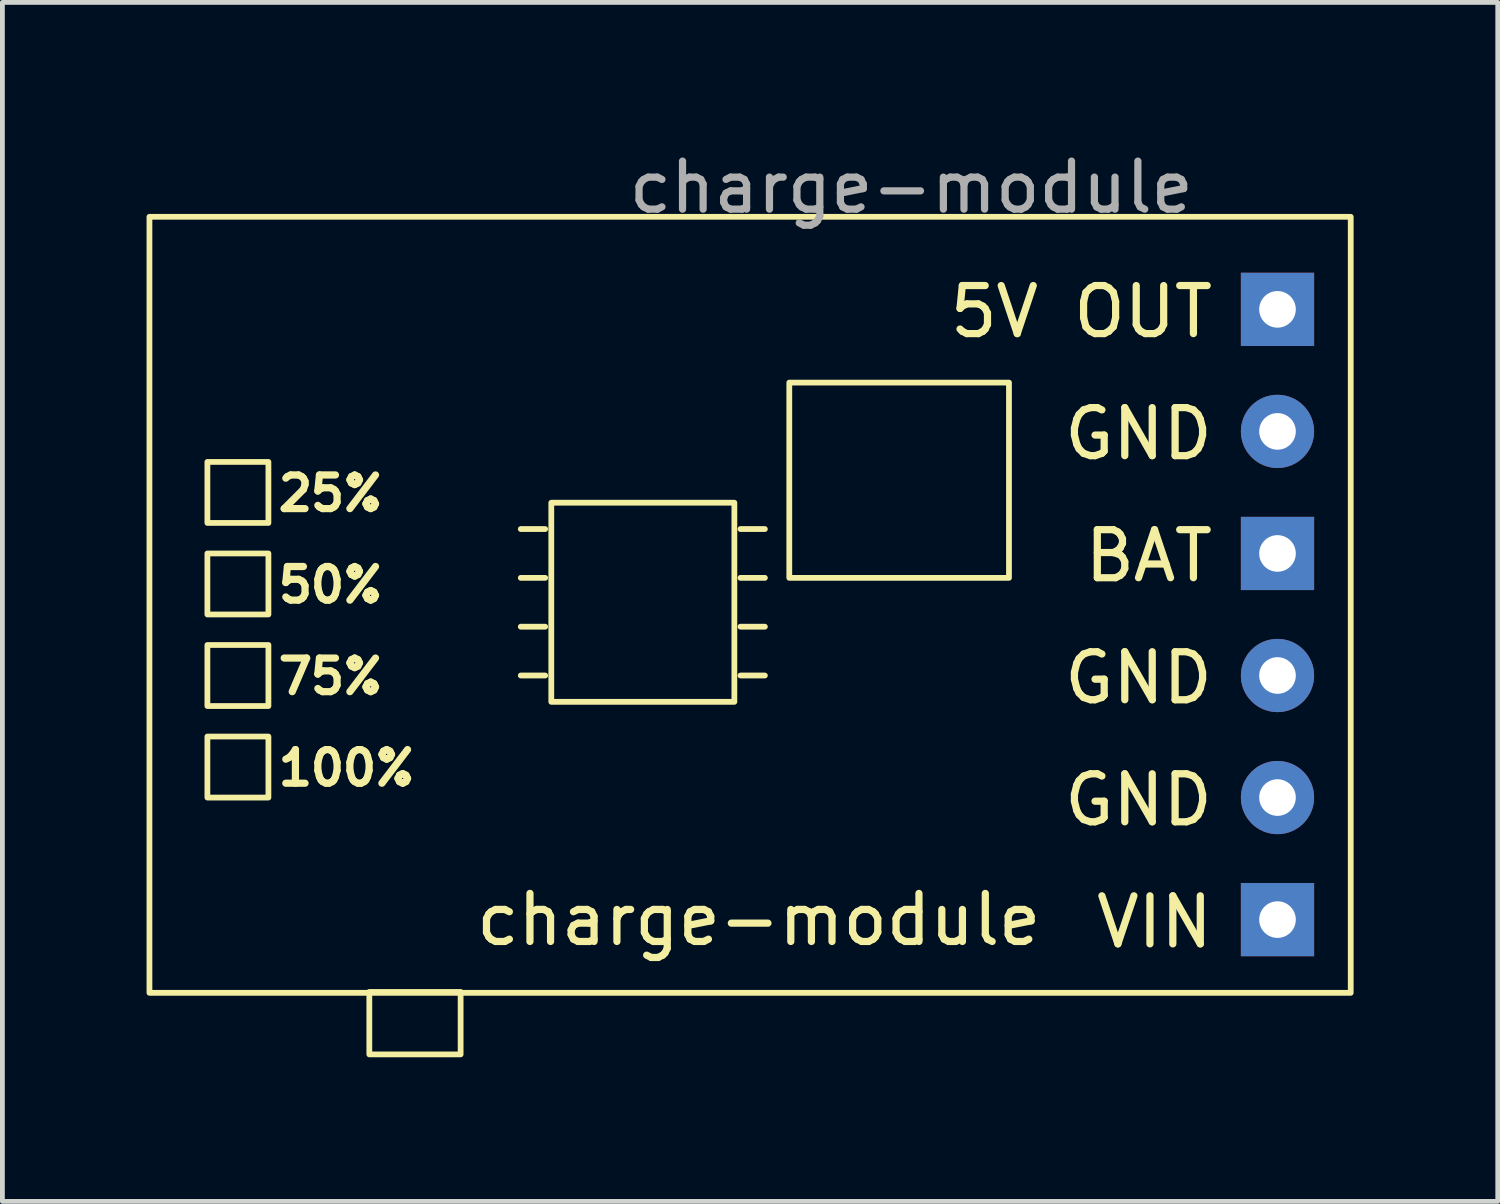
<source format=kicad_pcb>
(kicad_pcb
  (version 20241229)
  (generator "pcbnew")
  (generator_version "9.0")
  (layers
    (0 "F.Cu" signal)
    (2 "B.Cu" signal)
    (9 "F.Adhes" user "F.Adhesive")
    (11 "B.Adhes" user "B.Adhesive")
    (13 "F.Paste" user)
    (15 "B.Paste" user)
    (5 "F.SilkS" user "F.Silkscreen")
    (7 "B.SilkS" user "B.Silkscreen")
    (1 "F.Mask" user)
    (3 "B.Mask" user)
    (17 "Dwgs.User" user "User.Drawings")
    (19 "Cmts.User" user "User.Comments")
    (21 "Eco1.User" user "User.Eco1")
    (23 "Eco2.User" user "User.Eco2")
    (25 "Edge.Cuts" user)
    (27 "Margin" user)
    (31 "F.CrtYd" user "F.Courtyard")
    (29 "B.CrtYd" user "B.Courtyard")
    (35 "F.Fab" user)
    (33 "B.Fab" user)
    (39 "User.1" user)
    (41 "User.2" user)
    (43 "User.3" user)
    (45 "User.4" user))
  (footprint "charge-module"
    (layer "F.Cu")
    (at 23.536 3.388)
    (property "Reference" "charge-module" (at -10.795 12.7 0) (unlocked yes) (layer "F.SilkS") (effects (font (size 1 1) (thickness 0.15))))
    (attr through_hole)
    (fp_line (start -15.748 4.572) (end -15.24 4.572) (stroke (width 0.12) (type default)) (layer "F.SilkS"))
    (fp_line (start -15.748 5.588) (end -15.24 5.588) (stroke (width 0.12) (type default)) (layer "F.SilkS"))
    (fp_line (start -15.748 6.604) (end -15.24 6.604) (stroke (width 0.12) (type default)) (layer "F.SilkS"))
    (fp_line (start -15.748 7.62) (end -15.24 7.62) (stroke (width 0.12) (type default)) (layer "F.SilkS"))
    (fp_line (start -11.176 4.572) (end -10.668 4.572) (stroke (width 0.12) (type default)) (layer "F.SilkS"))
    (fp_line (start -11.176 5.588) (end -10.668 5.588) (stroke (width 0.12) (type default)) (layer "F.SilkS"))
    (fp_line (start -11.176 6.604) (end -10.668 6.604) (stroke (width 0.12) (type default)) (layer "F.SilkS"))
    (fp_line (start -11.176 7.62) (end -10.668 7.62) (stroke (width 0.12) (type default)) (layer "F.SilkS"))
    (fp_rect (start -21 4.445) (end -22.27 3.175) (stroke (width 0.12) (type default)) (fill no) (layer "F.SilkS"))
    (fp_rect (start -21 6.35) (end -22.27 5.08) (stroke (width 0.12) (type default)) (fill no) (layer "F.SilkS"))
    (fp_rect (start -21 8.255) (end -22.27 6.985) (stroke (width 0.12) (type default)) (fill no) (layer "F.SilkS"))
    (fp_rect (start -21 10.16) (end -22.27 8.89) (stroke (width 0.12) (type default)) (fill no) (layer "F.SilkS"))
    (fp_rect (start -17 15.505) (end -18.9 14.205) (stroke (width 0.12) (type default)) (fill no) (layer "F.SilkS"))
    (fp_rect (start -11.303 8.168) (end -15.113 4.024) (stroke (width 0.12) (type default)) (fill no) (layer "F.SilkS"))
    (fp_rect (start -10.16 1.524) (end -5.588 5.588) (stroke (width 0.12) (type default)) (fill no) (layer "F.SilkS"))
    (fp_rect (start 1.524 14.224) (end -23.476 -1.926) (stroke (width 0.12) (type default)) (fill no) (layer "F.SilkS"))
    (fp_text user "GND" (at -1.27 3.175 0) (unlocked yes) (layer "F.SilkS") (effects (font (size 1 1) (thickness 0.15)) (justify right bottom)))
    (fp_text user "5V OUT" (at -1.27 0.635 0) (unlocked yes) (layer "F.SilkS") (effects (font (size 1 1) (thickness 0.15)) (justify right bottom)))
    (fp_text user "100%" (at -20.87 9.955 0) (unlocked yes) (layer "F.SilkS") (effects (font (size 0.7 0.7) (thickness 0.15)) (justify left bottom)))
    (fp_text user "GND" (at -1.27 8.255 0) (unlocked yes) (layer "F.SilkS") (effects (font (size 1 1) (thickness 0.15)) (justify right bottom)))
    (fp_text user "VIN" (at -1.27 13.335 0) (unlocked yes) (layer "F.SilkS") (effects (font (size 1 1) (thickness 0.15)) (justify right bottom)))
    (fp_text user "50%" (at -20.87 6.145 0) (unlocked yes) (layer "F.SilkS") (effects (font (size 0.7 0.7) (thickness 0.15)) (justify left bottom)))
    (fp_text user "GND" (at -1.27 10.795 0) (unlocked yes) (layer "F.SilkS") (effects (font (size 1 1) (thickness 0.15)) (justify right bottom)))
    (fp_text user "BAT" (at -1.27 5.715 0) (unlocked yes) (layer "F.SilkS") (effects (font (size 1 1) (thickness 0.15)) (justify right bottom)))
    (fp_text user "75%" (at -20.87 8.05 0) (unlocked yes) (layer "F.SilkS") (effects (font (size 0.7 0.7) (thickness 0.15)) (justify left bottom)))
    (fp_text user "25%" (at -20.87 4.24 0) (unlocked yes) (layer "F.SilkS") (effects (font (size 0.7 0.7) (thickness 0.15)) (justify left bottom)))
    (fp_text user "${REFERENCE}" (at -7.62 -2.54 0) (unlocked yes) (layer "F.Fab") (effects (font (size 1 1) (thickness 0.15))))
    (pad "1" thru_hole rect (at 0 12.7) (size 1.524 1.524) (drill 0.762) (layers "*.Cu" "*.Mask"))
    (pad "2" thru_hole circle (at 0 10.16) (size 1.524 1.524) (drill 0.762) (layers "*.Cu" "*.Mask"))
    (pad "3" thru_hole circle (at 0 7.62) (size 1.524 1.524) (drill 0.762) (layers "*.Cu" "*.Mask"))
    (pad "4" thru_hole rect (at 0 5.08) (size 1.524 1.524) (drill 0.762) (layers "*.Cu" "*.Mask"))
    (pad "5" thru_hole circle (at 0 2.54) (size 1.524 1.524) (drill 0.762) (layers "*.Cu" "*.Mask"))
    (pad "6" thru_hole rect (at 0 0) (size 1.524 1.524) (drill 0.762) (layers "*.Cu" "*.Mask")))
  (gr_rect
    (start -3 -3)
    (end 28.12 21.953)
    (stroke (width 0.1) (type default))
    (fill no)
    (layer "Edge.Cuts")))
</source>
